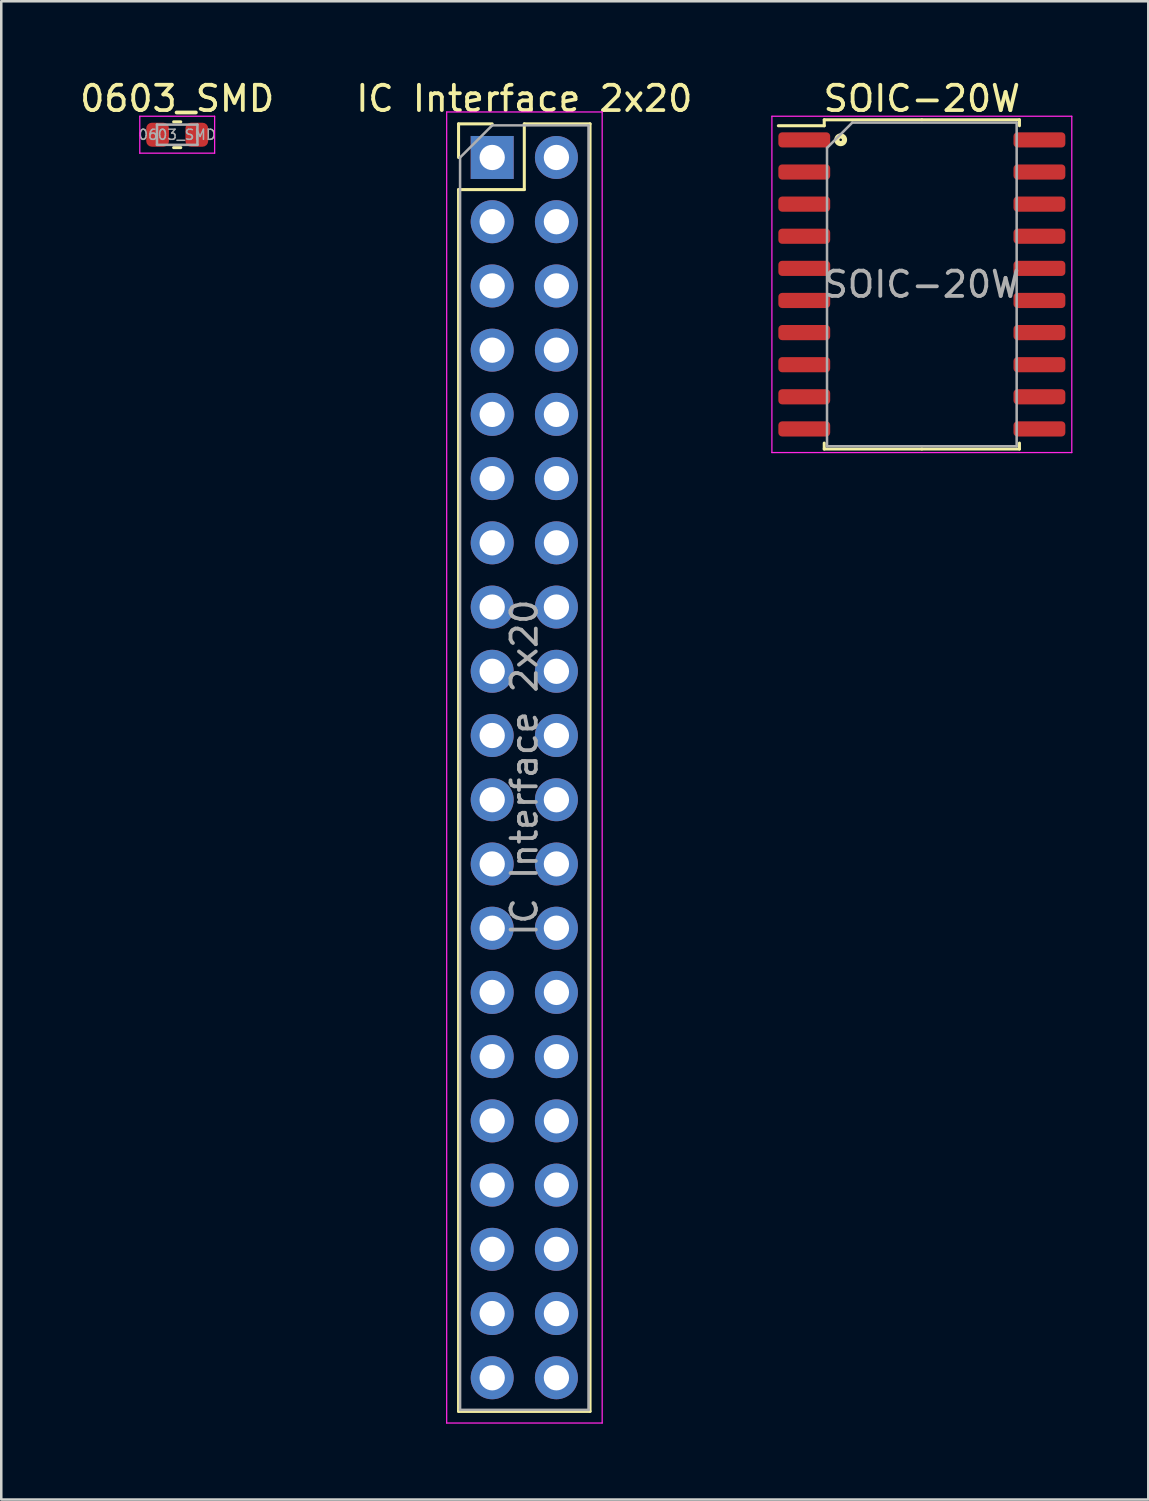
<source format=kicad_pcb>
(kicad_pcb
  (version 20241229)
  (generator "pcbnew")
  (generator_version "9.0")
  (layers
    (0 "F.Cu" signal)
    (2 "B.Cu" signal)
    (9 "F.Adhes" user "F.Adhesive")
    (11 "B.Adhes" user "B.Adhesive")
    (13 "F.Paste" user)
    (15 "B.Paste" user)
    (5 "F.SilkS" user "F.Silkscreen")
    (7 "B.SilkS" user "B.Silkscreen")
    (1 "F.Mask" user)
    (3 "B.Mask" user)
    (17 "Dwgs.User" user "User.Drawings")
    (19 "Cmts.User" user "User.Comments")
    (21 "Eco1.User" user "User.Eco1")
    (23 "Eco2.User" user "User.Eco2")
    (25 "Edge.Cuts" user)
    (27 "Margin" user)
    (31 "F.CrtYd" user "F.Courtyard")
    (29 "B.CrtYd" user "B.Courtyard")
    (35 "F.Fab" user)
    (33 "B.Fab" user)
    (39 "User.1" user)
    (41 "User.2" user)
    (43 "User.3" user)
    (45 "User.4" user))
  (footprint "SOIC-20W"
    (layer "F.Cu")
    (at 33.407 8.198)
    (property "Reference" "SOIC-20W" (at 0 -7.35 0) (layer "F.SilkS") (effects (font (size 1 1) (thickness 0.15))))
    (attr smd)
    (fp_line (start -3.86 -6.51) (end -3.86 -6.275) (stroke (width 0.12) (type solid)) (layer "F.SilkS"))
    (fp_line (start -3.86 -6.275) (end -5.675 -6.275) (stroke (width 0.12) (type solid)) (layer "F.SilkS"))
    (fp_line (start -3.86 6.51) (end -3.86 6.275) (stroke (width 0.12) (type solid)) (layer "F.SilkS"))
    (fp_line (start 0 -6.51) (end -3.86 -6.51) (stroke (width 0.12) (type solid)) (layer "F.SilkS"))
    (fp_line (start 0 -6.51) (end 3.86 -6.51) (stroke (width 0.12) (type solid)) (layer "F.SilkS"))
    (fp_line (start 0 6.51) (end -3.86 6.51) (stroke (width 0.12) (type solid)) (layer "F.SilkS"))
    (fp_line (start 0 6.51) (end 3.86 6.51) (stroke (width 0.12) (type solid)) (layer "F.SilkS"))
    (fp_line (start 3.86 -6.51) (end 3.86 -6.275) (stroke (width 0.12) (type solid)) (layer "F.SilkS"))
    (fp_line (start 3.86 6.51) (end 3.86 6.275) (stroke (width 0.12) (type solid)) (layer "F.SilkS"))
    (fp_circle (center -3.21 -5.72) (end -3.16 -5.71) (stroke (width 0.12) (type solid)) (fill no) (layer "F.SilkS"))
    (fp_circle (center -3.21 -5.72) (end -3.1 -5.79) (stroke (width 0.12) (type solid)) (fill no) (layer "F.SilkS"))
    (fp_circle (center -3.21 -5.72) (end -3.05 -5.83) (stroke (width 0.12) (type solid)) (fill no) (layer "F.SilkS"))
    (fp_line (start -5.93 -6.65) (end -5.93 6.65) (stroke (width 0.05) (type solid)) (layer "F.CrtYd"))
    (fp_line (start -5.93 6.65) (end 5.93 6.65) (stroke (width 0.05) (type solid)) (layer "F.CrtYd"))
    (fp_line (start 5.93 -6.65) (end -5.93 -6.65) (stroke (width 0.05) (type solid)) (layer "F.CrtYd"))
    (fp_line (start 5.93 6.65) (end 5.93 -6.65) (stroke (width 0.05) (type solid)) (layer "F.CrtYd"))
    (fp_line (start -3.75 -5.4) (end -2.75 -6.4) (stroke (width 0.1) (type solid)) (layer "F.Fab"))
    (fp_line (start -3.75 6.4) (end -3.75 -5.4) (stroke (width 0.1) (type solid)) (layer "F.Fab"))
    (fp_line (start -2.75 -6.4) (end 3.75 -6.4) (stroke (width 0.1) (type solid)) (layer "F.Fab"))
    (fp_line (start 3.75 -6.4) (end 3.75 6.4) (stroke (width 0.1) (type solid)) (layer "F.Fab"))
    (fp_line (start 3.75 6.4) (end -3.75 6.4) (stroke (width 0.1) (type solid)) (layer "F.Fab"))
    (fp_text user "${REFERENCE}" (at 0 0 0) (layer "F.Fab") (effects (font (size 1 1) (thickness 0.15))))
    (pad "1" smd roundrect (at -4.65 -5.715) (size 2.05 0.6) (layers "F.Cu" "F.Mask" "F.Paste") (roundrect_rratio 0.25))
    (pad "2" smd roundrect (at -4.65 -4.445) (size 2.05 0.6) (layers "F.Cu" "F.Mask" "F.Paste") (roundrect_rratio 0.25))
    (pad "3" smd roundrect (at -4.65 -3.175) (size 2.05 0.6) (layers "F.Cu" "F.Mask" "F.Paste") (roundrect_rratio 0.25))
    (pad "4" smd roundrect (at -4.65 -1.905) (size 2.05 0.6) (layers "F.Cu" "F.Mask" "F.Paste") (roundrect_rratio 0.25))
    (pad "5" smd roundrect (at -4.65 -0.635) (size 2.05 0.6) (layers "F.Cu" "F.Mask" "F.Paste") (roundrect_rratio 0.25))
    (pad "6" smd roundrect (at -4.65 0.635) (size 2.05 0.6) (layers "F.Cu" "F.Mask" "F.Paste") (roundrect_rratio 0.25))
    (pad "7" smd roundrect (at -4.65 1.905) (size 2.05 0.6) (layers "F.Cu" "F.Mask" "F.Paste") (roundrect_rratio 0.25))
    (pad "8" smd roundrect (at -4.65 3.175) (size 2.05 0.6) (layers "F.Cu" "F.Mask" "F.Paste") (roundrect_rratio 0.25))
    (pad "9" smd roundrect (at -4.65 4.445) (size 2.05 0.6) (layers "F.Cu" "F.Mask" "F.Paste") (roundrect_rratio 0.25))
    (pad "10" smd roundrect (at -4.65 5.715) (size 2.05 0.6) (layers "F.Cu" "F.Mask" "F.Paste") (roundrect_rratio 0.25))
    (pad "11" smd roundrect (at 4.65 5.715) (size 2.05 0.6) (layers "F.Cu" "F.Mask" "F.Paste") (roundrect_rratio 0.25))
    (pad "12" smd roundrect (at 4.65 4.445) (size 2.05 0.6) (layers "F.Cu" "F.Mask" "F.Paste") (roundrect_rratio 0.25))
    (pad "13" smd roundrect (at 4.65 3.175) (size 2.05 0.6) (layers "F.Cu" "F.Mask" "F.Paste") (roundrect_rratio 0.25))
    (pad "14" smd roundrect (at 4.65 1.905) (size 2.05 0.6) (layers "F.Cu" "F.Mask" "F.Paste") (roundrect_rratio 0.25))
    (pad "15" smd roundrect (at 4.65 0.635) (size 2.05 0.6) (layers "F.Cu" "F.Mask" "F.Paste") (roundrect_rratio 0.25))
    (pad "16" smd roundrect (at 4.65 -0.635) (size 2.05 0.6) (layers "F.Cu" "F.Mask" "F.Paste") (roundrect_rratio 0.25))
    (pad "17" smd roundrect (at 4.65 -1.905) (size 2.05 0.6) (layers "F.Cu" "F.Mask" "F.Paste") (roundrect_rratio 0.25))
    (pad "18" smd roundrect (at 4.65 -3.175) (size 2.05 0.6) (layers "F.Cu" "F.Mask" "F.Paste") (roundrect_rratio 0.25))
    (pad "19" smd roundrect (at 4.65 -4.445) (size 2.05 0.6) (layers "F.Cu" "F.Mask" "F.Paste") (roundrect_rratio 0.25))
    (pad "20" smd roundrect (at 4.65 -5.715) (size 2.05 0.6) (layers "F.Cu" "F.Mask" "F.Paste") (roundrect_rratio 0.25)))
  (footprint "IC Interface 2x20"
    (layer "F.Cu")
    (at 16.415 3.178)
    (property "Reference" "IC Interface 2x20" (at 1.27 -2.33 0) (layer "F.SilkS") (effects (font (size 1 1) (thickness 0.15))))
    (attr through_hole)
    (fp_line (start -1.33 -1.33) (end 0 -1.33) (stroke (width 0.12) (type solid)) (layer "F.SilkS"))
    (fp_line (start -1.33 0) (end -1.33 -1.33) (stroke (width 0.12) (type solid)) (layer "F.SilkS"))
    (fp_line (start -1.33 1.27) (end -1.33 49.59) (stroke (width 0.12) (type solid)) (layer "F.SilkS"))
    (fp_line (start -1.33 1.27) (end 1.27 1.27) (stroke (width 0.12) (type solid)) (layer "F.SilkS"))
    (fp_line (start -1.33 49.59) (end 3.87 49.59) (stroke (width 0.12) (type solid)) (layer "F.SilkS"))
    (fp_line (start 1.27 -1.33) (end 3.87 -1.33) (stroke (width 0.12) (type solid)) (layer "F.SilkS"))
    (fp_line (start 1.27 1.27) (end 1.27 -1.33) (stroke (width 0.12) (type solid)) (layer "F.SilkS"))
    (fp_line (start 3.87 -1.33) (end 3.87 49.59) (stroke (width 0.12) (type solid)) (layer "F.SilkS"))
    (fp_line (start -1.8 -1.8) (end -1.8 50.05) (stroke (width 0.05) (type solid)) (layer "F.CrtYd"))
    (fp_line (start -1.8 50.05) (end 4.35 50.05) (stroke (width 0.05) (type solid)) (layer "F.CrtYd"))
    (fp_line (start 4.35 -1.8) (end -1.8 -1.8) (stroke (width 0.05) (type solid)) (layer "F.CrtYd"))
    (fp_line (start 4.35 50.05) (end 4.35 -1.8) (stroke (width 0.05) (type solid)) (layer "F.CrtYd"))
    (fp_line (start -1.27 0) (end 0 -1.27) (stroke (width 0.1) (type solid)) (layer "F.Fab"))
    (fp_line (start -1.27 49.53) (end -1.27 0) (stroke (width 0.1) (type solid)) (layer "F.Fab"))
    (fp_line (start 0 -1.27) (end 3.81 -1.27) (stroke (width 0.1) (type solid)) (layer "F.Fab"))
    (fp_line (start 3.81 -1.27) (end 3.81 49.53) (stroke (width 0.1) (type solid)) (layer "F.Fab"))
    (fp_line (start 3.81 49.53) (end -1.27 49.53) (stroke (width 0.1) (type solid)) (layer "F.Fab"))
    (fp_text user "${REFERENCE}" (at 1.27 24.13 90) (layer "F.Fab") (effects (font (size 1 1) (thickness 0.15))))
    (pad "1" thru_hole rect (at 0 0) (size 1.7 1.7) (drill 1) (layers "*.Cu" "*.Mask"))
    (pad "2" thru_hole oval (at 0 2.54) (size 1.7 1.7) (drill 1) (layers "*.Cu" "*.Mask"))
    (pad "3" thru_hole oval (at 0 5.08) (size 1.7 1.7) (drill 1) (layers "*.Cu" "*.Mask"))
    (pad "4" thru_hole oval (at 0 7.62) (size 1.7 1.7) (drill 1) (layers "*.Cu" "*.Mask"))
    (pad "5" thru_hole oval (at 0 10.16) (size 1.7 1.7) (drill 1) (layers "*.Cu" "*.Mask"))
    (pad "6" thru_hole oval (at 0 12.7) (size 1.7 1.7) (drill 1) (layers "*.Cu" "*.Mask"))
    (pad "7" thru_hole oval (at 0 15.24) (size 1.7 1.7) (drill 1) (layers "*.Cu" "*.Mask"))
    (pad "8" thru_hole oval (at 0 17.78) (size 1.7 1.7) (drill 1) (layers "*.Cu" "*.Mask"))
    (pad "9" thru_hole oval (at 0 20.32) (size 1.7 1.7) (drill 1) (layers "*.Cu" "*.Mask"))
    (pad "10" thru_hole oval (at 0 22.86) (size 1.7 1.7) (drill 1) (layers "*.Cu" "*.Mask"))
    (pad "11" thru_hole oval (at 0 25.4) (size 1.7 1.7) (drill 1) (layers "*.Cu" "*.Mask"))
    (pad "12" thru_hole oval (at 0 27.94) (size 1.7 1.7) (drill 1) (layers "*.Cu" "*.Mask"))
    (pad "13" thru_hole oval (at 0 30.48) (size 1.7 1.7) (drill 1) (layers "*.Cu" "*.Mask"))
    (pad "14" thru_hole oval (at 0 33.02) (size 1.7 1.7) (drill 1) (layers "*.Cu" "*.Mask"))
    (pad "15" thru_hole oval (at 0 35.56) (size 1.7 1.7) (drill 1) (layers "*.Cu" "*.Mask"))
    (pad "16" thru_hole oval (at 0 38.1) (size 1.7 1.7) (drill 1) (layers "*.Cu" "*.Mask"))
    (pad "17" thru_hole oval (at 0 40.64) (size 1.7 1.7) (drill 1) (layers "*.Cu" "*.Mask"))
    (pad "18" thru_hole oval (at 0 43.18) (size 1.7 1.7) (drill 1) (layers "*.Cu" "*.Mask"))
    (pad "19" thru_hole oval (at 0 45.72) (size 1.7 1.7) (drill 1) (layers "*.Cu" "*.Mask"))
    (pad "20" thru_hole oval (at 0 48.26) (size 1.7 1.7) (drill 1) (layers "*.Cu" "*.Mask"))
    (pad "21" thru_hole oval (at 2.54 48.26) (size 1.7 1.7) (drill 1) (layers "*.Cu" "*.Mask"))
    (pad "22" thru_hole oval (at 2.54 45.72) (size 1.7 1.7) (drill 1) (layers "*.Cu" "*.Mask"))
    (pad "23" thru_hole oval (at 2.54 43.18) (size 1.7 1.7) (drill 1) (layers "*.Cu" "*.Mask"))
    (pad "24" thru_hole oval (at 2.54 40.64) (size 1.7 1.7) (drill 1) (layers "*.Cu" "*.Mask"))
    (pad "25" thru_hole oval (at 2.54 38.1) (size 1.7 1.7) (drill 1) (layers "*.Cu" "*.Mask"))
    (pad "26" thru_hole oval (at 2.54 35.56) (size 1.7 1.7) (drill 1) (layers "*.Cu" "*.Mask"))
    (pad "27" thru_hole oval (at 2.54 33.02) (size 1.7 1.7) (drill 1) (layers "*.Cu" "*.Mask"))
    (pad "28" thru_hole oval (at 2.54 30.48) (size 1.7 1.7) (drill 1) (layers "*.Cu" "*.Mask"))
    (pad "29" thru_hole oval (at 2.54 27.94) (size 1.7 1.7) (drill 1) (layers "*.Cu" "*.Mask"))
    (pad "30" thru_hole oval (at 2.54 25.4) (size 1.7 1.7) (drill 1) (layers "*.Cu" "*.Mask"))
    (pad "31" thru_hole oval (at 2.54 22.86) (size 1.7 1.7) (drill 1) (layers "*.Cu" "*.Mask"))
    (pad "32" thru_hole oval (at 2.54 20.32) (size 1.7 1.7) (drill 1) (layers "*.Cu" "*.Mask"))
    (pad "33" thru_hole oval (at 2.54 17.78) (size 1.7 1.7) (drill 1) (layers "*.Cu" "*.Mask"))
    (pad "34" thru_hole oval (at 2.54 15.24) (size 1.7 1.7) (drill 1) (layers "*.Cu" "*.Mask"))
    (pad "35" thru_hole oval (at 2.54 12.7) (size 1.7 1.7) (drill 1) (layers "*.Cu" "*.Mask"))
    (pad "36" thru_hole oval (at 2.54 10.16) (size 1.7 1.7) (drill 1) (layers "*.Cu" "*.Mask"))
    (pad "37" thru_hole oval (at 2.54 7.62) (size 1.7 1.7) (drill 1) (layers "*.Cu" "*.Mask"))
    (pad "38" thru_hole oval (at 2.54 5.08) (size 1.7 1.7) (drill 1) (layers "*.Cu" "*.Mask"))
    (pad "39" thru_hole oval (at 2.54 2.54) (size 1.7 1.7) (drill 1) (layers "*.Cu" "*.Mask"))
    (pad "40" thru_hole oval (at 2.54 0) (size 1.7 1.7) (drill 1) (layers "*.Cu" "*.Mask")))
  (footprint "0603_SMD"
    (layer "F.Cu")
    (at 3.958 2.278)
    (property "Reference" "0603_SMD" (at 0 -1.43 0) (layer "F.SilkS") (effects (font (size 1 1) (thickness 0.15))))
    (attr smd)
    (fp_line (start -0.141 -0.51) (end 0.141 -0.51) (stroke (width 0.12) (type solid)) (layer "F.SilkS"))
    (fp_line (start -0.141 0.51) (end 0.141 0.51) (stroke (width 0.12) (type solid)) (layer "F.SilkS"))
    (fp_line (start -1.48 -0.73) (end 1.48 -0.73) (stroke (width 0.05) (type solid)) (layer "F.CrtYd"))
    (fp_line (start -1.48 0.73) (end -1.48 -0.73) (stroke (width 0.05) (type solid)) (layer "F.CrtYd"))
    (fp_line (start 1.48 -0.73) (end 1.48 0.73) (stroke (width 0.05) (type solid)) (layer "F.CrtYd"))
    (fp_line (start 1.48 0.73) (end -1.48 0.73) (stroke (width 0.05) (type solid)) (layer "F.CrtYd"))
    (fp_line (start -0.8 -0.4) (end 0.8 -0.4) (stroke (width 0.1) (type solid)) (layer "F.Fab"))
    (fp_line (start -0.8 0.4) (end -0.8 -0.4) (stroke (width 0.1) (type solid)) (layer "F.Fab"))
    (fp_line (start 0.8 -0.4) (end 0.8 0.4) (stroke (width 0.1) (type solid)) (layer "F.Fab"))
    (fp_line (start 0.8 0.4) (end -0.8 0.4) (stroke (width 0.1) (type solid)) (layer "F.Fab"))
    (fp_text user "${REFERENCE}" (at 0 0 0) (layer "F.Fab") (effects (font (size 0.4 0.4) (thickness 0.06))))
    (pad "1" smd roundrect (at -0.775 0) (size 0.9 0.95) (layers "F.Cu" "F.Mask" "F.Paste") (roundrect_rratio 0.25))
    (pad "2" smd roundrect (at 0.775 0) (size 0.9 0.95) (layers "F.Cu" "F.Mask" "F.Paste") (roundrect_rratio 0.25)))
  (gr_rect
    (start -3 -3)
    (end 42.362 56.253)
    (stroke (width 0.1) (type default))
    (fill no)
    (layer "Edge.Cuts")))
</source>
